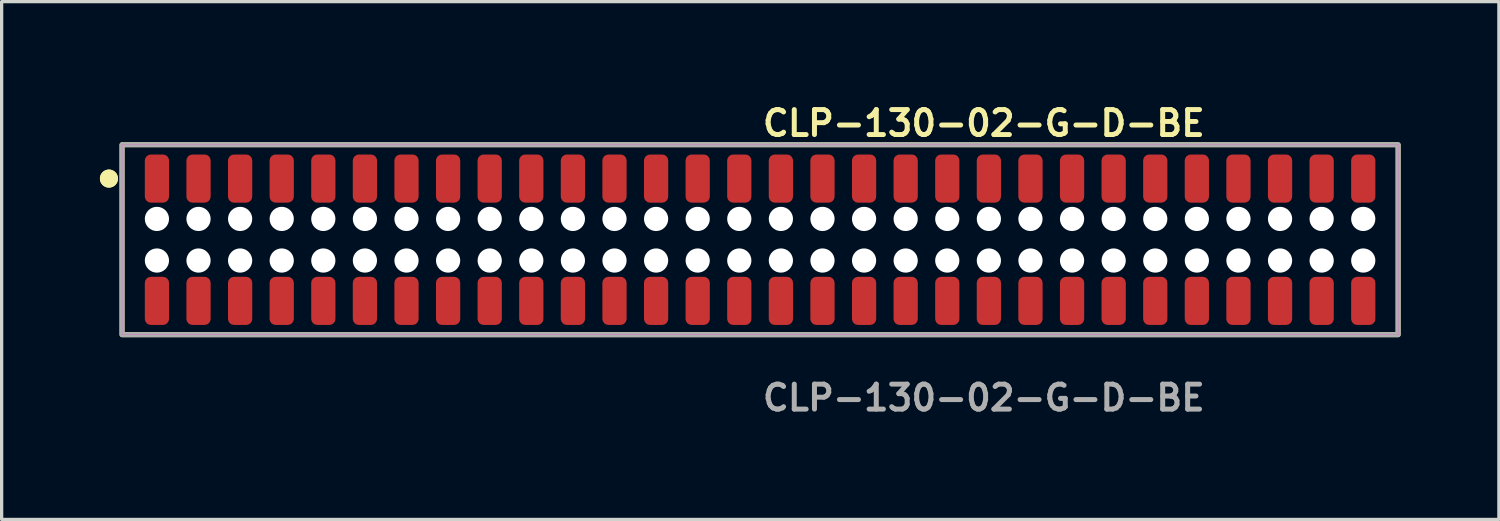
<source format=kicad_pcb>
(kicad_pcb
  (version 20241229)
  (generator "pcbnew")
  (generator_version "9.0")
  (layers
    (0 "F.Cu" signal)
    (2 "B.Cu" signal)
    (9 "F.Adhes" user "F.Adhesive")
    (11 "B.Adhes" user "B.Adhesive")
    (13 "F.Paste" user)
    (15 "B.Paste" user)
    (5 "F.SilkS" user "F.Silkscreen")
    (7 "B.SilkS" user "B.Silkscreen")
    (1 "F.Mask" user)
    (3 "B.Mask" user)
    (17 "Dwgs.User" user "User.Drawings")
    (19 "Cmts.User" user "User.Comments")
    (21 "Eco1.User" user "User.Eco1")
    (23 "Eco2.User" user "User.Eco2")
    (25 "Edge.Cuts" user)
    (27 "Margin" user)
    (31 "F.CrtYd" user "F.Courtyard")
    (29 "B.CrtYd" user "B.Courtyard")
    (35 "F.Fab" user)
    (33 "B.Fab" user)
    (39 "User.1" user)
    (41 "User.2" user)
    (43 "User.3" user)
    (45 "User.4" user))
  (footprint "CLP-130-02-G-D-BE"
    (layer "F.Cu")
    (at 20.156 4.269)
    (property "Reference" "CLP-130-02-G-D-BE" (at 0 -3.556 0) (unlocked yes) (layer "F.SilkS") (effects (font (size 0.762 0.762) (thickness 0.152)) (justify left)))
    (fp_rect (start -19.48 2.9) (end 19.48 -2.9) (stroke (width 0.152) (type solid)) (fill no) (layer "F.SilkS"))
    (fp_circle (center -19.88 -1.867) (end -20.08 -1.867) (stroke (width 0.152) (type solid)) (fill yes) (layer "F.SilkS"))
    (fp_circle (center -19.88 -1.867) (end -20.08 -1.867) (stroke (width 0.152) (type solid)) (fill yes) (layer "F.SilkS"))
    (fp_rect (start -19.48 2.9) (end 19.48 -2.9) (stroke (width 0.006) (type solid)) (fill no) (layer "F.CrtYd"))
    (fp_rect (start -19.48 2.9) (end 19.48 -2.9) (stroke (width 0.152) (type solid)) (fill no) (layer "F.Fab"))
    (fp_text user "${REFERENCE}" (at 0 4.826 0) (unlocked yes) (layer "F.Fab") (effects (font (size 0.762 0.762) (thickness 0.152)) (justify left)))
    (pad "" np_thru_hole circle (at -18.415 -0.635) (size 0.74 0.74) (drill 0.74) (layers "*.Cu" "*.Mask"))
    (pad "" np_thru_hole circle (at -18.415 0.635) (size 0.74 0.74) (drill 0.74) (layers "*.Cu" "*.Mask"))
    (pad "" np_thru_hole circle (at -17.145 -0.635) (size 0.74 0.74) (drill 0.74) (layers "*.Cu" "*.Mask"))
    (pad "" np_thru_hole circle (at -17.145 0.635) (size 0.74 0.74) (drill 0.74) (layers "*.Cu" "*.Mask"))
    (pad "" np_thru_hole circle (at -15.875 -0.635) (size 0.74 0.74) (drill 0.74) (layers "*.Cu" "*.Mask"))
    (pad "" np_thru_hole circle (at -15.875 0.635) (size 0.74 0.74) (drill 0.74) (layers "*.Cu" "*.Mask"))
    (pad "" np_thru_hole circle (at -14.605 -0.635) (size 0.74 0.74) (drill 0.74) (layers "*.Cu" "*.Mask"))
    (pad "" np_thru_hole circle (at -14.605 0.635) (size 0.74 0.74) (drill 0.74) (layers "*.Cu" "*.Mask"))
    (pad "" np_thru_hole circle (at -13.335 -0.635) (size 0.74 0.74) (drill 0.74) (layers "*.Cu" "*.Mask"))
    (pad "" np_thru_hole circle (at -13.335 0.635) (size 0.74 0.74) (drill 0.74) (layers "*.Cu" "*.Mask"))
    (pad "" np_thru_hole circle (at -12.065 -0.635) (size 0.74 0.74) (drill 0.74) (layers "*.Cu" "*.Mask"))
    (pad "" np_thru_hole circle (at -12.065 0.635) (size 0.74 0.74) (drill 0.74) (layers "*.Cu" "*.Mask"))
    (pad "" np_thru_hole circle (at -10.795 -0.635) (size 0.74 0.74) (drill 0.74) (layers "*.Cu" "*.Mask"))
    (pad "" np_thru_hole circle (at -10.795 0.635) (size 0.74 0.74) (drill 0.74) (layers "*.Cu" "*.Mask"))
    (pad "" np_thru_hole circle (at -9.525 -0.635) (size 0.74 0.74) (drill 0.74) (layers "*.Cu" "*.Mask"))
    (pad "" np_thru_hole circle (at -9.525 0.635) (size 0.74 0.74) (drill 0.74) (layers "*.Cu" "*.Mask"))
    (pad "" np_thru_hole circle (at -8.255 -0.635) (size 0.74 0.74) (drill 0.74) (layers "*.Cu" "*.Mask"))
    (pad "" np_thru_hole circle (at -8.255 0.635) (size 0.74 0.74) (drill 0.74) (layers "*.Cu" "*.Mask"))
    (pad "" np_thru_hole circle (at -6.985 -0.635) (size 0.74 0.74) (drill 0.74) (layers "*.Cu" "*.Mask"))
    (pad "" np_thru_hole circle (at -6.985 0.635) (size 0.74 0.74) (drill 0.74) (layers "*.Cu" "*.Mask"))
    (pad "" np_thru_hole circle (at -5.715 -0.635) (size 0.74 0.74) (drill 0.74) (layers "*.Cu" "*.Mask"))
    (pad "" np_thru_hole circle (at -5.715 0.635) (size 0.74 0.74) (drill 0.74) (layers "*.Cu" "*.Mask"))
    (pad "" np_thru_hole circle (at -4.445 -0.635) (size 0.74 0.74) (drill 0.74) (layers "*.Cu" "*.Mask"))
    (pad "" np_thru_hole circle (at -4.445 0.635) (size 0.74 0.74) (drill 0.74) (layers "*.Cu" "*.Mask"))
    (pad "" np_thru_hole circle (at -3.175 -0.635) (size 0.74 0.74) (drill 0.74) (layers "*.Cu" "*.Mask"))
    (pad "" np_thru_hole circle (at -3.175 0.635) (size 0.74 0.74) (drill 0.74) (layers "*.Cu" "*.Mask"))
    (pad "" np_thru_hole circle (at -1.905 -0.635) (size 0.74 0.74) (drill 0.74) (layers "*.Cu" "*.Mask"))
    (pad "" np_thru_hole circle (at -1.905 0.635) (size 0.74 0.74) (drill 0.74) (layers "*.Cu" "*.Mask"))
    (pad "" np_thru_hole circle (at -0.635 -0.635) (size 0.74 0.74) (drill 0.74) (layers "*.Cu" "*.Mask"))
    (pad "" np_thru_hole circle (at -0.635 0.635) (size 0.74 0.74) (drill 0.74) (layers "*.Cu" "*.Mask"))
    (pad "" np_thru_hole circle (at 0.635 -0.635) (size 0.74 0.74) (drill 0.74) (layers "*.Cu" "*.Mask"))
    (pad "" np_thru_hole circle (at 0.635 0.635) (size 0.74 0.74) (drill 0.74) (layers "*.Cu" "*.Mask"))
    (pad "" np_thru_hole circle (at 1.905 -0.635) (size 0.74 0.74) (drill 0.74) (layers "*.Cu" "*.Mask"))
    (pad "" np_thru_hole circle (at 1.905 0.635) (size 0.74 0.74) (drill 0.74) (layers "*.Cu" "*.Mask"))
    (pad "" np_thru_hole circle (at 3.175 -0.635) (size 0.74 0.74) (drill 0.74) (layers "*.Cu" "*.Mask"))
    (pad "" np_thru_hole circle (at 3.175 0.635) (size 0.74 0.74) (drill 0.74) (layers "*.Cu" "*.Mask"))
    (pad "" np_thru_hole circle (at 4.445 -0.635) (size 0.74 0.74) (drill 0.74) (layers "*.Cu" "*.Mask"))
    (pad "" np_thru_hole circle (at 4.445 0.635) (size 0.74 0.74) (drill 0.74) (layers "*.Cu" "*.Mask"))
    (pad "" np_thru_hole circle (at 5.715 -0.635) (size 0.74 0.74) (drill 0.74) (layers "*.Cu" "*.Mask"))
    (pad "" np_thru_hole circle (at 5.715 0.635) (size 0.74 0.74) (drill 0.74) (layers "*.Cu" "*.Mask"))
    (pad "" np_thru_hole circle (at 6.985 -0.635) (size 0.74 0.74) (drill 0.74) (layers "*.Cu" "*.Mask"))
    (pad "" np_thru_hole circle (at 6.985 0.635) (size 0.74 0.74) (drill 0.74) (layers "*.Cu" "*.Mask"))
    (pad "" np_thru_hole circle (at 8.255 -0.635) (size 0.74 0.74) (drill 0.74) (layers "*.Cu" "*.Mask"))
    (pad "" np_thru_hole circle (at 8.255 0.635) (size 0.74 0.74) (drill 0.74) (layers "*.Cu" "*.Mask"))
    (pad "" np_thru_hole circle (at 9.525 -0.635) (size 0.74 0.74) (drill 0.74) (layers "*.Cu" "*.Mask"))
    (pad "" np_thru_hole circle (at 9.525 0.635) (size 0.74 0.74) (drill 0.74) (layers "*.Cu" "*.Mask"))
    (pad "" np_thru_hole circle (at 10.795 -0.635) (size 0.74 0.74) (drill 0.74) (layers "*.Cu" "*.Mask"))
    (pad "" np_thru_hole circle (at 10.795 0.635) (size 0.74 0.74) (drill 0.74) (layers "*.Cu" "*.Mask"))
    (pad "" np_thru_hole circle (at 12.065 -0.635) (size 0.74 0.74) (drill 0.74) (layers "*.Cu" "*.Mask"))
    (pad "" np_thru_hole circle (at 12.065 0.635) (size 0.74 0.74) (drill 0.74) (layers "*.Cu" "*.Mask"))
    (pad "" np_thru_hole circle (at 13.335 -0.635) (size 0.74 0.74) (drill 0.74) (layers "*.Cu" "*.Mask"))
    (pad "" np_thru_hole circle (at 13.335 0.635) (size 0.74 0.74) (drill 0.74) (layers "*.Cu" "*.Mask"))
    (pad "" np_thru_hole circle (at 14.605 -0.635) (size 0.74 0.74) (drill 0.74) (layers "*.Cu" "*.Mask"))
    (pad "" np_thru_hole circle (at 14.605 0.635) (size 0.74 0.74) (drill 0.74) (layers "*.Cu" "*.Mask"))
    (pad "" np_thru_hole circle (at 15.875 -0.635) (size 0.74 0.74) (drill 0.74) (layers "*.Cu" "*.Mask"))
    (pad "" np_thru_hole circle (at 15.875 0.635) (size 0.74 0.74) (drill 0.74) (layers "*.Cu" "*.Mask"))
    (pad "" np_thru_hole circle (at 17.145 -0.635) (size 0.74 0.74) (drill 0.74) (layers "*.Cu" "*.Mask"))
    (pad "" np_thru_hole circle (at 17.145 0.635) (size 0.74 0.74) (drill 0.74) (layers "*.Cu" "*.Mask"))
    (pad "" np_thru_hole circle (at 18.415 -0.635) (size 0.74 0.74) (drill 0.74) (layers "*.Cu" "*.Mask"))
    (pad "" np_thru_hole circle (at 18.415 0.635) (size 0.74 0.74) (drill 0.74) (layers "*.Cu" "*.Mask"))
    (pad "1" smd roundrect (at -18.415 -1.867) (size 0.74 1.47) (layers "F.Cu" "F.Paste") (roundrect_rratio 0.25))
    (pad "2" smd roundrect (at -18.415 1.867) (size 0.74 1.47) (layers "F.Cu" "F.Paste") (roundrect_rratio 0.25))
    (pad "3" smd roundrect (at -17.145 -1.867) (size 0.74 1.47) (layers "F.Cu" "F.Paste") (roundrect_rratio 0.25))
    (pad "4" smd roundrect (at -17.145 1.867) (size 0.74 1.47) (layers "F.Cu" "F.Paste") (roundrect_rratio 0.25))
    (pad "5" smd roundrect (at -15.875 -1.867) (size 0.74 1.47) (layers "F.Cu" "F.Paste") (roundrect_rratio 0.25))
    (pad "6" smd roundrect (at -15.875 1.867) (size 0.74 1.47) (layers "F.Cu" "F.Paste") (roundrect_rratio 0.25))
    (pad "7" smd roundrect (at -14.605 -1.867) (size 0.74 1.47) (layers "F.Cu" "F.Paste") (roundrect_rratio 0.25))
    (pad "8" smd roundrect (at -14.605 1.867) (size 0.74 1.47) (layers "F.Cu" "F.Paste") (roundrect_rratio 0.25))
    (pad "9" smd roundrect (at -13.335 -1.867) (size 0.74 1.47) (layers "F.Cu" "F.Paste") (roundrect_rratio 0.25))
    (pad "10" smd roundrect (at -13.335 1.867) (size 0.74 1.47) (layers "F.Cu" "F.Paste") (roundrect_rratio 0.25))
    (pad "11" smd roundrect (at -12.065 -1.867) (size 0.74 1.47) (layers "F.Cu" "F.Paste") (roundrect_rratio 0.25))
    (pad "12" smd roundrect (at -12.065 1.867) (size 0.74 1.47) (layers "F.Cu" "F.Paste") (roundrect_rratio 0.25))
    (pad "13" smd roundrect (at -10.795 -1.867) (size 0.74 1.47) (layers "F.Cu" "F.Paste") (roundrect_rratio 0.25))
    (pad "14" smd roundrect (at -10.795 1.867) (size 0.74 1.47) (layers "F.Cu" "F.Paste") (roundrect_rratio 0.25))
    (pad "15" smd roundrect (at -9.525 -1.867) (size 0.74 1.47) (layers "F.Cu" "F.Paste") (roundrect_rratio 0.25))
    (pad "16" smd roundrect (at -9.525 1.867) (size 0.74 1.47) (layers "F.Cu" "F.Paste") (roundrect_rratio 0.25))
    (pad "17" smd roundrect (at -8.255 -1.867) (size 0.74 1.47) (layers "F.Cu" "F.Paste") (roundrect_rratio 0.25))
    (pad "18" smd roundrect (at -8.255 1.867) (size 0.74 1.47) (layers "F.Cu" "F.Paste") (roundrect_rratio 0.25))
    (pad "19" smd roundrect (at -6.985 -1.867) (size 0.74 1.47) (layers "F.Cu" "F.Paste") (roundrect_rratio 0.25))
    (pad "20" smd roundrect (at -6.985 1.867) (size 0.74 1.47) (layers "F.Cu" "F.Paste") (roundrect_rratio 0.25))
    (pad "21" smd roundrect (at -5.715 -1.867) (size 0.74 1.47) (layers "F.Cu" "F.Paste") (roundrect_rratio 0.25))
    (pad "22" smd roundrect (at -5.715 1.867) (size 0.74 1.47) (layers "F.Cu" "F.Paste") (roundrect_rratio 0.25))
    (pad "23" smd roundrect (at -4.445 -1.867) (size 0.74 1.47) (layers "F.Cu" "F.Paste") (roundrect_rratio 0.25))
    (pad "24" smd roundrect (at -4.445 1.867) (size 0.74 1.47) (layers "F.Cu" "F.Paste") (roundrect_rratio 0.25))
    (pad "25" smd roundrect (at -3.175 -1.867) (size 0.74 1.47) (layers "F.Cu" "F.Paste") (roundrect_rratio 0.25))
    (pad "26" smd roundrect (at -3.175 1.867) (size 0.74 1.47) (layers "F.Cu" "F.Paste") (roundrect_rratio 0.25))
    (pad "27" smd roundrect (at -1.905 -1.867) (size 0.74 1.47) (layers "F.Cu" "F.Paste") (roundrect_rratio 0.25))
    (pad "28" smd roundrect (at -1.905 1.867) (size 0.74 1.47) (layers "F.Cu" "F.Paste") (roundrect_rratio 0.25))
    (pad "29" smd roundrect (at -0.635 -1.867) (size 0.74 1.47) (layers "F.Cu" "F.Paste") (roundrect_rratio 0.25))
    (pad "30" smd roundrect (at -0.635 1.867) (size 0.74 1.47) (layers "F.Cu" "F.Paste") (roundrect_rratio 0.25))
    (pad "31" smd roundrect (at 0.635 -1.867) (size 0.74 1.47) (layers "F.Cu" "F.Paste") (roundrect_rratio 0.25))
    (pad "32" smd roundrect (at 0.635 1.867) (size 0.74 1.47) (layers "F.Cu" "F.Paste") (roundrect_rratio 0.25))
    (pad "33" smd roundrect (at 1.905 -1.867) (size 0.74 1.47) (layers "F.Cu" "F.Paste") (roundrect_rratio 0.25))
    (pad "34" smd roundrect (at 1.905 1.867) (size 0.74 1.47) (layers "F.Cu" "F.Paste") (roundrect_rratio 0.25))
    (pad "35" smd roundrect (at 3.175 -1.867) (size 0.74 1.47) (layers "F.Cu" "F.Paste") (roundrect_rratio 0.25))
    (pad "36" smd roundrect (at 3.175 1.867) (size 0.74 1.47) (layers "F.Cu" "F.Paste") (roundrect_rratio 0.25))
    (pad "37" smd roundrect (at 4.445 -1.867) (size 0.74 1.47) (layers "F.Cu" "F.Paste") (roundrect_rratio 0.25))
    (pad "38" smd roundrect (at 4.445 1.867) (size 0.74 1.47) (layers "F.Cu" "F.Paste") (roundrect_rratio 0.25))
    (pad "39" smd roundrect (at 5.715 -1.867) (size 0.74 1.47) (layers "F.Cu" "F.Paste") (roundrect_rratio 0.25))
    (pad "40" smd roundrect (at 5.715 1.867) (size 0.74 1.47) (layers "F.Cu" "F.Paste") (roundrect_rratio 0.25))
    (pad "41" smd roundrect (at 6.985 -1.867) (size 0.74 1.47) (layers "F.Cu" "F.Paste") (roundrect_rratio 0.25))
    (pad "42" smd roundrect (at 6.985 1.867) (size 0.74 1.47) (layers "F.Cu" "F.Paste") (roundrect_rratio 0.25))
    (pad "43" smd roundrect (at 8.255 -1.867) (size 0.74 1.47) (layers "F.Cu" "F.Paste") (roundrect_rratio 0.25))
    (pad "44" smd roundrect (at 8.255 1.867) (size 0.74 1.47) (layers "F.Cu" "F.Paste") (roundrect_rratio 0.25))
    (pad "45" smd roundrect (at 9.525 -1.867) (size 0.74 1.47) (layers "F.Cu" "F.Paste") (roundrect_rratio 0.25))
    (pad "46" smd roundrect (at 9.525 1.867) (size 0.74 1.47) (layers "F.Cu" "F.Paste") (roundrect_rratio 0.25))
    (pad "47" smd roundrect (at 10.795 -1.867) (size 0.74 1.47) (layers "F.Cu" "F.Paste") (roundrect_rratio 0.25))
    (pad "48" smd roundrect (at 10.795 1.867) (size 0.74 1.47) (layers "F.Cu" "F.Paste") (roundrect_rratio 0.25))
    (pad "49" smd roundrect (at 12.065 -1.867) (size 0.74 1.47) (layers "F.Cu" "F.Paste") (roundrect_rratio 0.25))
    (pad "50" smd roundrect (at 12.065 1.867) (size 0.74 1.47) (layers "F.Cu" "F.Paste") (roundrect_rratio 0.25))
    (pad "51" smd roundrect (at 13.335 -1.867) (size 0.74 1.47) (layers "F.Cu" "F.Paste") (roundrect_rratio 0.25))
    (pad "52" smd roundrect (at 13.335 1.867) (size 0.74 1.47) (layers "F.Cu" "F.Paste") (roundrect_rratio 0.25))
    (pad "53" smd roundrect (at 14.605 -1.867) (size 0.74 1.47) (layers "F.Cu" "F.Paste") (roundrect_rratio 0.25))
    (pad "54" smd roundrect (at 14.605 1.867) (size 0.74 1.47) (layers "F.Cu" "F.Paste") (roundrect_rratio 0.25))
    (pad "55" smd roundrect (at 15.875 -1.867) (size 0.74 1.47) (layers "F.Cu" "F.Paste") (roundrect_rratio 0.25))
    (pad "56" smd roundrect (at 15.875 1.867) (size 0.74 1.47) (layers "F.Cu" "F.Paste") (roundrect_rratio 0.25))
    (pad "57" smd roundrect (at 17.145 -1.867) (size 0.74 1.47) (layers "F.Cu" "F.Paste") (roundrect_rratio 0.25))
    (pad "58" smd roundrect (at 17.145 1.867) (size 0.74 1.47) (layers "F.Cu" "F.Paste") (roundrect_rratio 0.25))
    (pad "59" smd roundrect (at 18.415 -1.867) (size 0.74 1.47) (layers "F.Cu" "F.Paste") (roundrect_rratio 0.25))
    (pad "60" smd roundrect (at 18.415 1.867) (size 0.74 1.47) (layers "F.Cu" "F.Paste") (roundrect_rratio 0.25)))
  (gr_rect
    (start -3 -3)
    (end 42.712 12.808)
    (stroke (width 0.1) (type default))
    (fill no)
    (layer "Edge.Cuts")))
</source>
